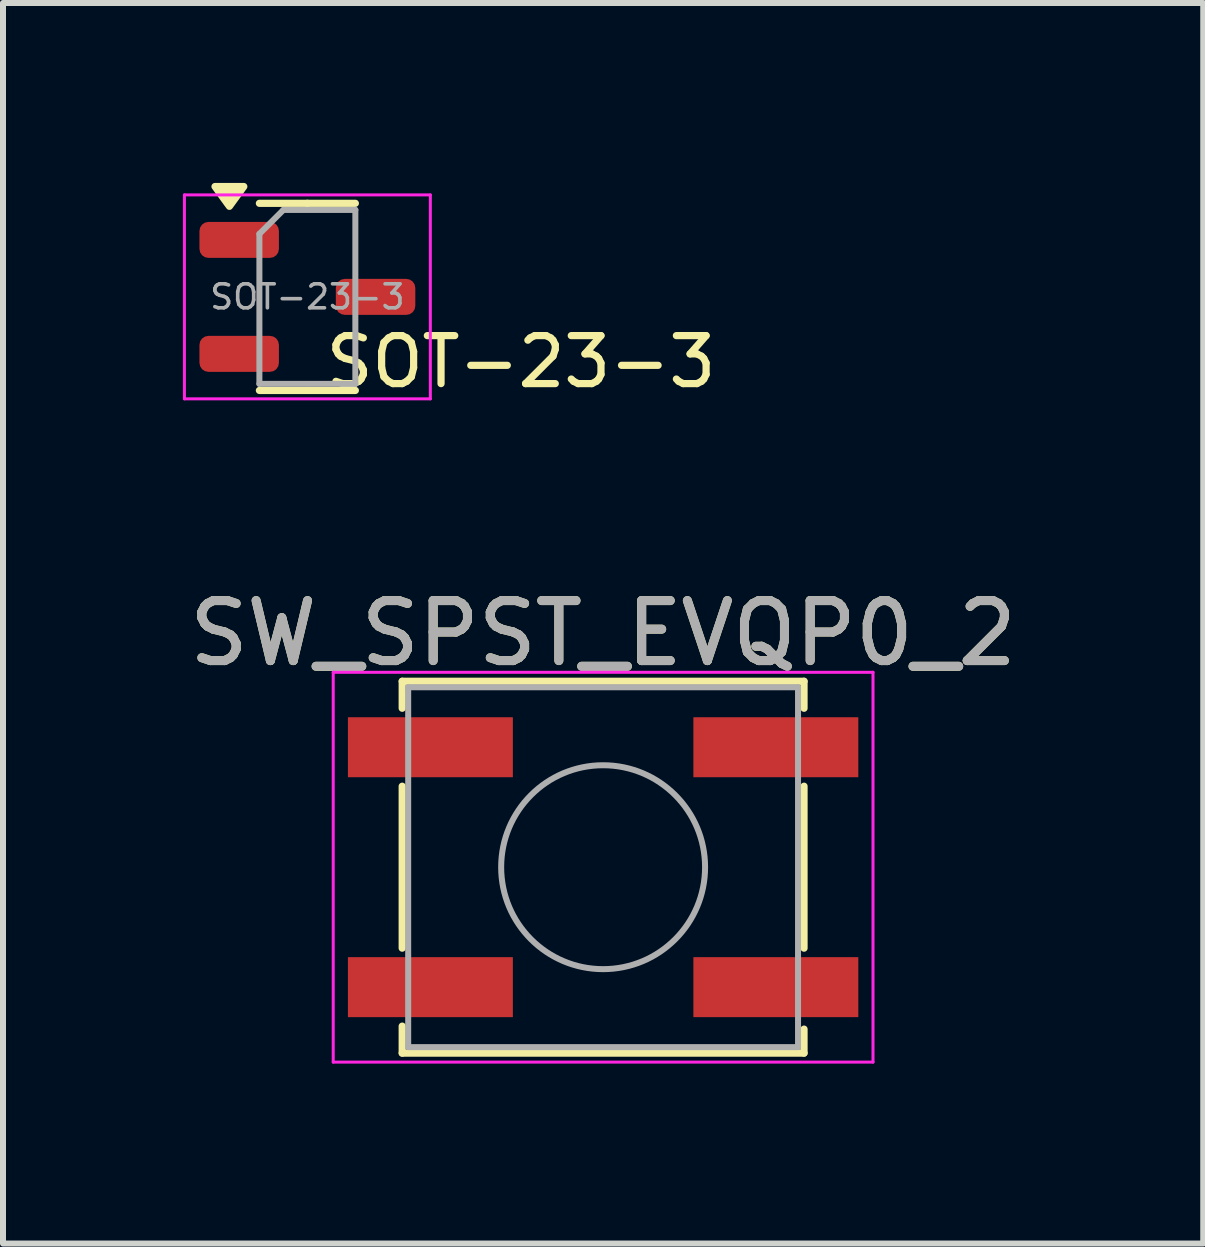
<source format=kicad_pcb>
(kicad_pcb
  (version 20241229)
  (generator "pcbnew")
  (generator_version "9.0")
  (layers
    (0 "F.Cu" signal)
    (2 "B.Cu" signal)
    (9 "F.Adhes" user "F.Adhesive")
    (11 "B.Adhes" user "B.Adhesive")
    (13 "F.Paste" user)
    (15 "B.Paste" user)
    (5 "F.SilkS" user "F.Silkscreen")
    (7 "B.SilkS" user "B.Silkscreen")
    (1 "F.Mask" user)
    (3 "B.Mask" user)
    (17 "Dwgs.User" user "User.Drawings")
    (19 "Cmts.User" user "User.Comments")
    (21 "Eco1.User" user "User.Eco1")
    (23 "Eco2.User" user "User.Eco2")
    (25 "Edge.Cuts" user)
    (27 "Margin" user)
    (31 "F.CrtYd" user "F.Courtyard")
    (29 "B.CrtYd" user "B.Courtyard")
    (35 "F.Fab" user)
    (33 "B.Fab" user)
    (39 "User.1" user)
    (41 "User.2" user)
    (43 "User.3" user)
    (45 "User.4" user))
  (footprint "SOT-23-3"
    (layer "F.Cu")
    (at 2.075 1.9)
    (property "Reference" "SOT-23-3" (at 3.562 1.082 0) (layer "F.SilkS") (effects (font (size 0.8 0.8) (thickness 0.12))))
    (attr smd)
    (fp_line (start 0 -1.56) (end -0.8 -1.56) (stroke (width 0.12) (type solid)) (layer "F.SilkS"))
    (fp_line (start 0 -1.56) (end 0.8 -1.56) (stroke (width 0.12) (type solid)) (layer "F.SilkS"))
    (fp_line (start 0 1.56) (end -0.8 1.56) (stroke (width 0.12) (type solid)) (layer "F.SilkS"))
    (fp_line (start 0 1.56) (end 0.8 1.56) (stroke (width 0.12) (type solid)) (layer "F.SilkS"))
    (fp_poly (pts (xy -1.3 -1.51) (xy -1.54 -1.84) (xy -1.06 -1.84) (xy -1.3 -1.51)) (stroke (width 0.12) (type solid)) (fill yes) (layer "F.SilkS"))
    (fp_line (start -2.05 -1.7) (end -2.05 1.7) (stroke (width 0.05) (type solid)) (layer "F.CrtYd"))
    (fp_line (start -2.05 1.7) (end 2.05 1.7) (stroke (width 0.05) (type solid)) (layer "F.CrtYd"))
    (fp_line (start 2.05 -1.7) (end -2.05 -1.7) (stroke (width 0.05) (type solid)) (layer "F.CrtYd"))
    (fp_line (start 2.05 1.7) (end 2.05 -1.7) (stroke (width 0.05) (type solid)) (layer "F.CrtYd"))
    (fp_line (start -0.8 -1.05) (end -0.4 -1.45) (stroke (width 0.1) (type solid)) (layer "F.Fab"))
    (fp_line (start -0.8 1.45) (end -0.8 -1.05) (stroke (width 0.1) (type solid)) (layer "F.Fab"))
    (fp_line (start -0.4 -1.45) (end 0.8 -1.45) (stroke (width 0.1) (type solid)) (layer "F.Fab"))
    (fp_line (start 0.8 -1.45) (end 0.8 1.45) (stroke (width 0.1) (type solid)) (layer "F.Fab"))
    (fp_line (start 0.8 1.45) (end -0.8 1.45) (stroke (width 0.1) (type solid)) (layer "F.Fab"))
    (fp_text user "${REFERENCE}" (at 0 0 0) (layer "F.Fab") (effects (font (size 0.4 0.4) (thickness 0.06))))
    (pad "1" smd roundrect (at -1.137 -0.95) (size 1.325 0.6) (layers "F.Cu" "F.Mask" "F.Paste") (roundrect_rratio 0.25))
    (pad "2" smd roundrect (at -1.137 0.95) (size 1.325 0.6) (layers "F.Cu" "F.Mask" "F.Paste") (roundrect_rratio 0.25))
    (pad "3" smd roundrect (at 1.137 0) (size 1.325 0.6) (layers "F.Cu" "F.Mask" "F.Paste") (roundrect_rratio 0.25)))
  (footprint "SW_SPST_EVQP0_2"
    (layer "F.Cu")
    (at 7.006 11.409)
    (property "Reference" "SW_SPST_EVQP0_2" (at 0 -3.9 0) (layer "F.SilkS") (effects (font (size 1 1) (thickness 0.15))))
    (attr smd)
    (fp_line (start -3.35 -3.1) (end 3.35 -3.1) (stroke (width 0.12) (type solid)) (layer "F.SilkS"))
    (fp_line (start -3.35 -2.65) (end -3.35 -3.1) (stroke (width 0.12) (type solid)) (layer "F.SilkS"))
    (fp_line (start -3.35 1.35) (end -3.35 -1.35) (stroke (width 0.12) (type solid)) (layer "F.SilkS"))
    (fp_line (start -3.35 2.65) (end -3.35 3.1) (stroke (width 0.12) (type solid)) (layer "F.SilkS"))
    (fp_line (start -3.35 3.1) (end 3.35 3.1) (stroke (width 0.12) (type solid)) (layer "F.SilkS"))
    (fp_line (start 3.35 -3.1) (end 3.35 -2.65) (stroke (width 0.12) (type solid)) (layer "F.SilkS"))
    (fp_line (start 3.35 -1.35) (end 3.35 1.35) (stroke (width 0.12) (type solid)) (layer "F.SilkS"))
    (fp_line (start 3.35 3.1) (end 3.35 2.7) (stroke (width 0.12) (type solid)) (layer "F.SilkS"))
    (fp_line (start -4.5 -3.25) (end 4.5 -3.25) (stroke (width 0.05) (type solid)) (layer "F.CrtYd"))
    (fp_line (start -4.5 3.25) (end -4.5 -3.25) (stroke (width 0.05) (type solid)) (layer "F.CrtYd"))
    (fp_line (start 4.5 -3.25) (end 4.5 3.25) (stroke (width 0.05) (type solid)) (layer "F.CrtYd"))
    (fp_line (start 4.5 3.25) (end -4.5 3.25) (stroke (width 0.05) (type solid)) (layer "F.CrtYd"))
    (fp_line (start -3.25 -3) (end 3.25 -3) (stroke (width 0.1) (type solid)) (layer "F.Fab"))
    (fp_line (start -3.25 3) (end -3.25 -3) (stroke (width 0.1) (type solid)) (layer "F.Fab"))
    (fp_line (start 3.25 -3) (end 3.25 3) (stroke (width 0.1) (type solid)) (layer "F.Fab"))
    (fp_line (start 3.25 3) (end -3.25 3) (stroke (width 0.1) (type solid)) (layer "F.Fab"))
    (fp_circle (center 0 0) (end 1.7 0) (stroke (width 0.1) (type solid)) (fill no) (layer "F.Fab"))
    (fp_text user "${REFERENCE}" (at 0 -3.9 0) (layer "F.Fab") (effects (font (size 1 1) (thickness 0.15))))
    (pad "1" smd rect (at -2.88 -2) (size 2.75 1) (layers "F.Cu" "F.Mask" "F.Paste"))
    (pad "1" smd rect (at 2.88 -2) (size 2.75 1) (layers "F.Cu" "F.Mask" "F.Paste"))
    (pad "2" smd rect (at -2.88 2) (size 2.75 1) (layers "F.Cu" "F.Mask" "F.Paste"))
    (pad "2" smd rect (at 2.88 2) (size 2.75 1) (layers "F.Cu" "F.Mask" "F.Paste")))
  (gr_rect
    (start -3 -3)
    (end 17.012 17.684)
    (stroke (width 0.1) (type default))
    (fill no)
    (layer "Edge.Cuts")))
</source>
